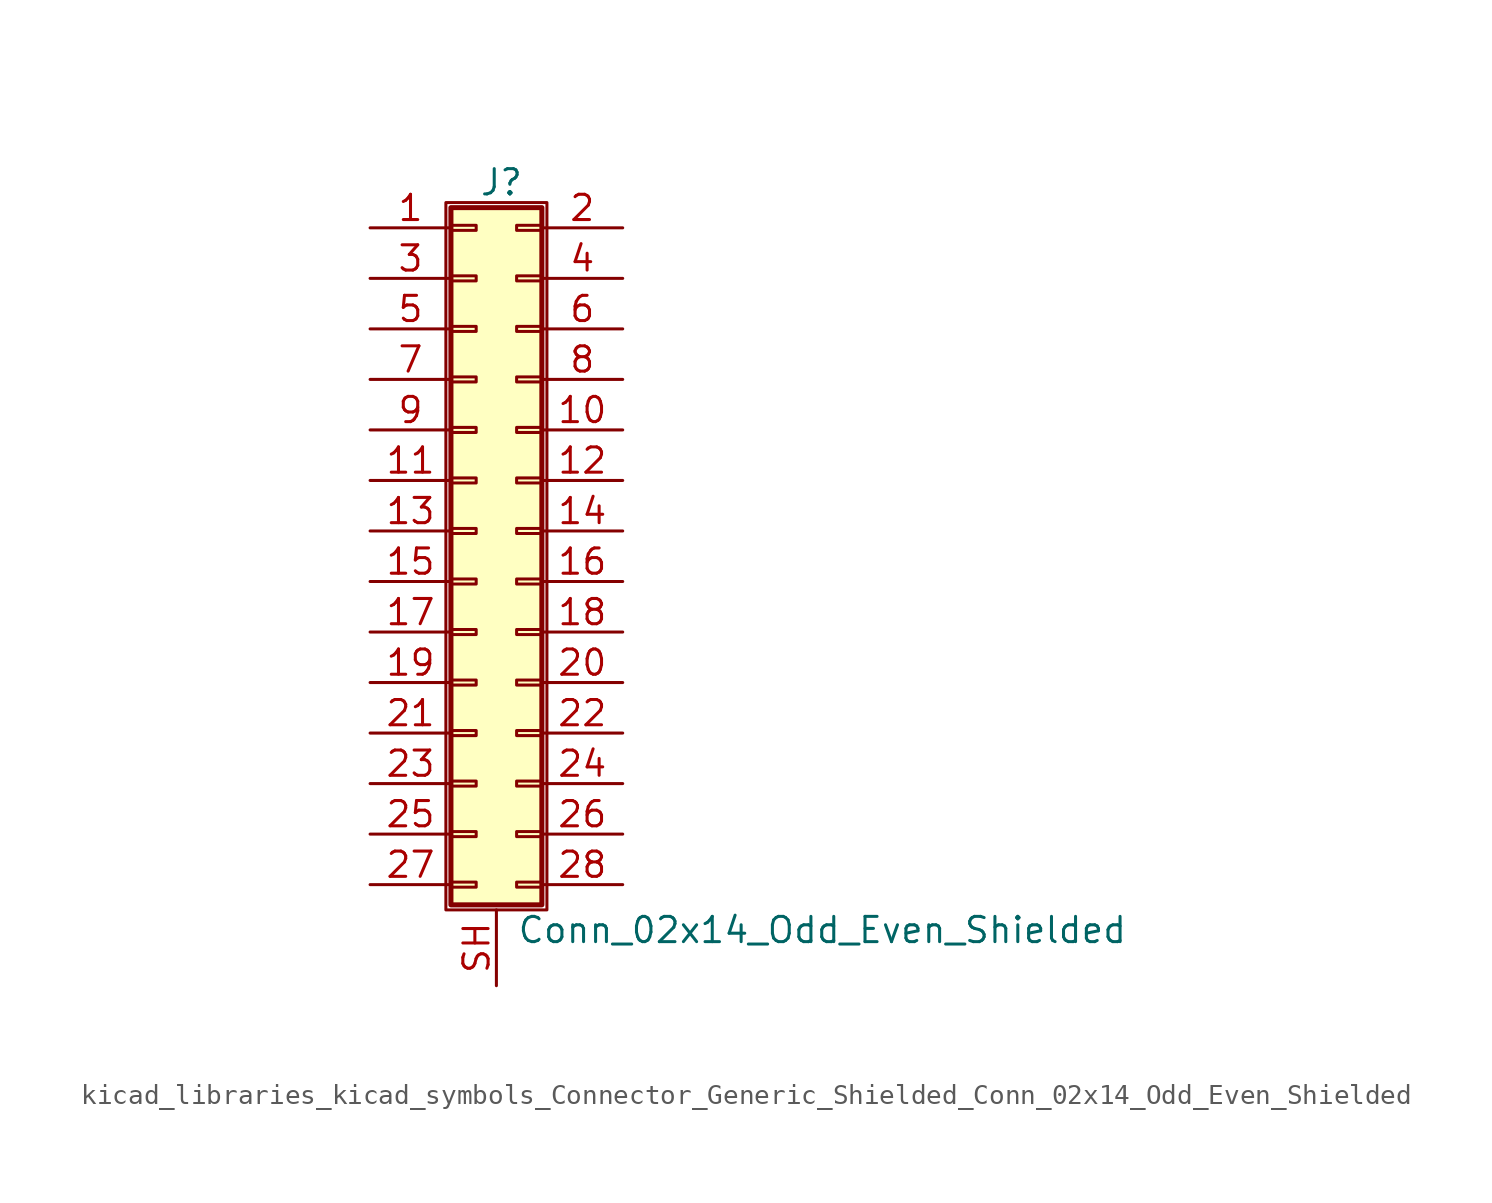
<source format=kicad_sym>
(kicad_symbol_lib
  (version 20220914)
  (generator kicad_symbol_editor)
  (symbol "kicad_libraries_kicad_symbols_Connector_Generic_Shielded_Conn_02x14_Odd_Even_Shielded"
    (pin_names
      (offset 1.016) hide)
    (property "Reference" "J"
      (at 1.524 17.526 0)
      (effects (font (size 1.27 1.27))))
    (property "Value" "Conn_02x14_Odd_Even_Shielded"
      (at 2.286 -20.066 0)
      (effects (font (size 1.27 1.27)) (justify left)))
    (symbol "kicad_libraries_kicad_symbols_Connector_Generic_Shielded_Conn_02x14_Odd_Even_Shielded_1_1"
      (rectangle (start -1.27 16.51) (end 3.81 -19.05) (stroke (width 0.152) (type default)) (fill (type none)))
      (rectangle (start -1.016 -17.653) (end 0.254 -17.907) (stroke (width 0.152) (type default)) (fill (type none)))
      (rectangle (start -1.016 -15.113) (end 0.254 -15.367) (stroke (width 0.152) (type default)) (fill (type none)))
      (rectangle (start -1.016 -12.573) (end 0.254 -12.827) (stroke (width 0.152) (type default)) (fill (type none)))
      (rectangle (start -1.016 -10.033) (end 0.254 -10.287) (stroke (width 0.152) (type default)) (fill (type none)))
      (rectangle (start -1.016 -7.493) (end 0.254 -7.747) (stroke (width 0.152) (type default)) (fill (type none)))
      (rectangle (start -1.016 -4.953) (end 0.254 -5.207) (stroke (width 0.152) (type default)) (fill (type none)))
      (rectangle (start -1.016 -2.413) (end 0.254 -2.667) (stroke (width 0.152) (type default)) (fill (type none)))
      (rectangle (start -1.016 0.127) (end 0.254 -0.127) (stroke (width 0.152) (type default)) (fill (type none)))
      (rectangle (start -1.016 2.667) (end 0.254 2.413) (stroke (width 0.152) (type default)) (fill (type none)))
      (rectangle (start -1.016 5.207) (end 0.254 4.953) (stroke (width 0.152) (type default)) (fill (type none)))
      (rectangle (start -1.016 7.747) (end 0.254 7.493) (stroke (width 0.152) (type default)) (fill (type none)))
      (rectangle (start -1.016 10.287) (end 0.254 10.033) (stroke (width 0.152) (type default)) (fill (type none)))
      (rectangle (start -1.016 12.827) (end 0.254 12.573) (stroke (width 0.152) (type default)) (fill (type none)))
      (rectangle (start -1.016 15.367) (end 0.254 15.113) (stroke (width 0.152) (type default)) (fill (type none)))
      (rectangle (start -1.016 16.256) (end 3.556 -18.796) (stroke (width 0.254) (type default)) (fill (type background)))
      (rectangle (start 3.556 -17.653) (end 2.286 -17.907) (stroke (width 0.152) (type default)) (fill (type none)))
      (rectangle (start 3.556 -15.113) (end 2.286 -15.367) (stroke (width 0.152) (type default)) (fill (type none)))
      (rectangle (start 3.556 -12.573) (end 2.286 -12.827) (stroke (width 0.152) (type default)) (fill (type none)))
      (rectangle (start 3.556 -10.033) (end 2.286 -10.287) (stroke (width 0.152) (type default)) (fill (type none)))
      (rectangle (start 3.556 -7.493) (end 2.286 -7.747) (stroke (width 0.152) (type default)) (fill (type none)))
      (rectangle (start 3.556 -4.953) (end 2.286 -5.207) (stroke (width 0.152) (type default)) (fill (type none)))
      (rectangle (start 3.556 -2.413) (end 2.286 -2.667) (stroke (width 0.152) (type default)) (fill (type none)))
      (rectangle (start 3.556 0.127) (end 2.286 -0.127) (stroke (width 0.152) (type default)) (fill (type none)))
      (rectangle (start 3.556 2.667) (end 2.286 2.413) (stroke (width 0.152) (type default)) (fill (type none)))
      (rectangle (start 3.556 5.207) (end 2.286 4.953) (stroke (width 0.152) (type default)) (fill (type none)))
      (rectangle (start 3.556 7.747) (end 2.286 7.493) (stroke (width 0.152) (type default)) (fill (type none)))
      (rectangle (start 3.556 10.287) (end 2.286 10.033) (stroke (width 0.152) (type default)) (fill (type none)))
      (rectangle (start 3.556 12.827) (end 2.286 12.573) (stroke (width 0.152) (type default)) (fill (type none)))
      (rectangle (start 3.556 15.367) (end 2.286 15.113) (stroke (width 0.152) (type default)) (fill (type none)))
      (pin passive line (at -5.08 15.24 0) (length 4.064) (name "Pin_1" (effects (font (size 1.27 1.27)))) (number "1" (effects (font (size 1.27 1.27)))))
      (pin passive line (at 7.62 5.08 180) (length 4.064) (name "Pin_10" (effects (font (size 1.27 1.27)))) (number "10" (effects (font (size 1.27 1.27)))))
      (pin passive line (at -5.08 2.54 0) (length 4.064) (name "Pin_11" (effects (font (size 1.27 1.27)))) (number "11" (effects (font (size 1.27 1.27)))))
      (pin passive line (at 7.62 2.54 180) (length 4.064) (name "Pin_12" (effects (font (size 1.27 1.27)))) (number "12" (effects (font (size 1.27 1.27)))))
      (pin passive line (at -5.08 0 0) (length 4.064) (name "Pin_13" (effects (font (size 1.27 1.27)))) (number "13" (effects (font (size 1.27 1.27)))))
      (pin passive line (at 7.62 0 180) (length 4.064) (name "Pin_14" (effects (font (size 1.27 1.27)))) (number "14" (effects (font (size 1.27 1.27)))))
      (pin passive line (at -5.08 -2.54 0) (length 4.064) (name "Pin_15" (effects (font (size 1.27 1.27)))) (number "15" (effects (font (size 1.27 1.27)))))
      (pin passive line (at 7.62 -2.54 180) (length 4.064) (name "Pin_16" (effects (font (size 1.27 1.27)))) (number "16" (effects (font (size 1.27 1.27)))))
      (pin passive line (at -5.08 -5.08 0) (length 4.064) (name "Pin_17" (effects (font (size 1.27 1.27)))) (number "17" (effects (font (size 1.27 1.27)))))
      (pin passive line (at 7.62 -5.08 180) (length 4.064) (name "Pin_18" (effects (font (size 1.27 1.27)))) (number "18" (effects (font (size 1.27 1.27)))))
      (pin passive line (at -5.08 -7.62 0) (length 4.064) (name "Pin_19" (effects (font (size 1.27 1.27)))) (number "19" (effects (font (size 1.27 1.27)))))
      (pin passive line (at 7.62 15.24 180) (length 4.064) (name "Pin_2" (effects (font (size 1.27 1.27)))) (number "2" (effects (font (size 1.27 1.27)))))
      (pin passive line (at 7.62 -7.62 180) (length 4.064) (name "Pin_20" (effects (font (size 1.27 1.27)))) (number "20" (effects (font (size 1.27 1.27)))))
      (pin passive line (at -5.08 -10.16 0) (length 4.064) (name "Pin_21" (effects (font (size 1.27 1.27)))) (number "21" (effects (font (size 1.27 1.27)))))
      (pin passive line (at 7.62 -10.16 180) (length 4.064) (name "Pin_22" (effects (font (size 1.27 1.27)))) (number "22" (effects (font (size 1.27 1.27)))))
      (pin passive line (at -5.08 -12.7 0) (length 4.064) (name "Pin_23" (effects (font (size 1.27 1.27)))) (number "23" (effects (font (size 1.27 1.27)))))
      (pin passive line (at 7.62 -12.7 180) (length 4.064) (name "Pin_24" (effects (font (size 1.27 1.27)))) (number "24" (effects (font (size 1.27 1.27)))))
      (pin passive line (at -5.08 -15.24 0) (length 4.064) (name "Pin_25" (effects (font (size 1.27 1.27)))) (number "25" (effects (font (size 1.27 1.27)))))
      (pin passive line (at 7.62 -15.24 180) (length 4.064) (name "Pin_26" (effects (font (size 1.27 1.27)))) (number "26" (effects (font (size 1.27 1.27)))))
      (pin passive line (at -5.08 -17.78 0) (length 4.064) (name "Pin_27" (effects (font (size 1.27 1.27)))) (number "27" (effects (font (size 1.27 1.27)))))
      (pin passive line (at 7.62 -17.78 180) (length 4.064) (name "Pin_28" (effects (font (size 1.27 1.27)))) (number "28" (effects (font (size 1.27 1.27)))))
      (pin passive line (at -5.08 12.7 0) (length 4.064) (name "Pin_3" (effects (font (size 1.27 1.27)))) (number "3" (effects (font (size 1.27 1.27)))))
      (pin passive line (at 7.62 12.7 180) (length 4.064) (name "Pin_4" (effects (font (size 1.27 1.27)))) (number "4" (effects (font (size 1.27 1.27)))))
      (pin passive line (at -5.08 10.16 0) (length 4.064) (name "Pin_5" (effects (font (size 1.27 1.27)))) (number "5" (effects (font (size 1.27 1.27)))))
      (pin passive line (at 7.62 10.16 180) (length 4.064) (name "Pin_6" (effects (font (size 1.27 1.27)))) (number "6" (effects (font (size 1.27 1.27)))))
      (pin passive line (at -5.08 7.62 0) (length 4.064) (name "Pin_7" (effects (font (size 1.27 1.27)))) (number "7" (effects (font (size 1.27 1.27)))))
      (pin passive line (at 7.62 7.62 180) (length 4.064) (name "Pin_8" (effects (font (size 1.27 1.27)))) (number "8" (effects (font (size 1.27 1.27)))))
      (pin passive line (at -5.08 5.08 0) (length 4.064) (name "Pin_9" (effects (font (size 1.27 1.27)))) (number "9" (effects (font (size 1.27 1.27)))))
      (pin passive line (at 1.27 -22.86 90) (length 3.81) (name "Shield" (effects (font (size 1.27 1.27)))) (number "SH" (effects (font (size 1.27 1.27))))))))
</source>
